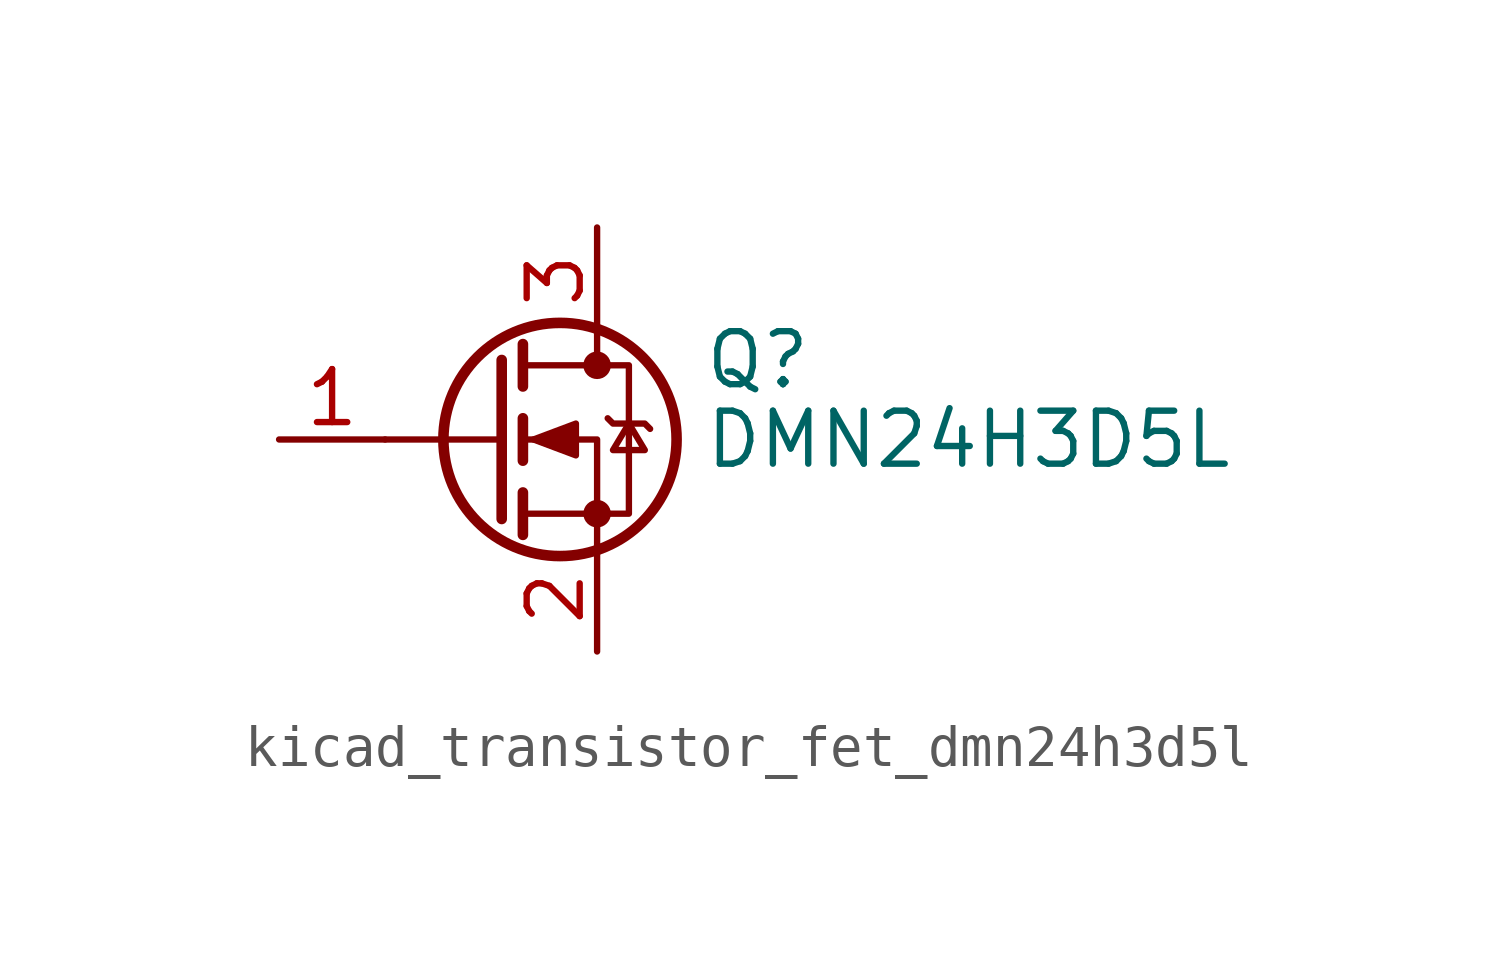
<source format=kicad_sym>
(kicad_symbol_lib
  (version 20220914)
  (generator kicad_symbol_editor)
  (symbol "kicad_transistor_fet_dmn24h3d5l"
    (pin_names hide)
    (property "Reference" "Q"
      (at 5.08 1.905 0)
      (effects (font (size 1.27 1.27)) (justify left)))
    (property "Value" "DMN24H3D5L"
      (at 5.08 0 0)
      (effects (font (size 1.27 1.27)) (justify left)))
    (symbol "kicad_transistor_fet_dmn24h3d5l_0_1"
      (polyline (pts (xy 0.254 0) (xy -2.54 0)) (stroke (width 0) (type default)) (fill (type none)))
      (polyline (pts (xy 0.254 1.905) (xy 0.254 -1.905)) (stroke (width 0.254) (type default)) (fill (type none)))
      (polyline (pts (xy 0.762 -1.27) (xy 0.762 -2.286)) (stroke (width 0.254) (type default)) (fill (type none)))
      (polyline (pts (xy 0.762 0.508) (xy 0.762 -0.508)) (stroke (width 0.254) (type default)) (fill (type none)))
      (polyline (pts (xy 0.762 2.286) (xy 0.762 1.27)) (stroke (width 0.254) (type default)) (fill (type none)))
      (polyline (pts (xy 2.54 2.54) (xy 2.54 1.778)) (stroke (width 0) (type default)) (fill (type none)))
      (polyline (pts (xy 2.54 -2.54) (xy 2.54 0) (xy 0.762 0)) (stroke (width 0) (type default)) (fill (type none)))
      (polyline (pts (xy 0.762 -1.778) (xy 3.302 -1.778) (xy 3.302 1.778) (xy 0.762 1.778)) (stroke (width 0) (type default)) (fill (type none)))
      (polyline (pts (xy 1.016 0) (xy 2.032 0.381) (xy 2.032 -0.381) (xy 1.016 0)) (stroke (width 0) (type default)) (fill (type outline)))
      (polyline (pts (xy 2.794 0.508) (xy 2.921 0.381) (xy 3.683 0.381) (xy 3.81 0.254)) (stroke (width 0) (type default)) (fill (type none)))
      (polyline (pts (xy 3.302 0.381) (xy 2.921 -0.254) (xy 3.683 -0.254) (xy 3.302 0.381)) (stroke (width 0) (type default)) (fill (type none)))
      (circle (center 1.651 0) (radius 2.794) (stroke (width 0.254) (type default)) (fill (type none)))
      (circle (center 2.54 -1.778) (radius 0.254) (stroke (width 0) (type default)) (fill (type outline)))
      (circle (center 2.54 1.778) (radius 0.254) (stroke (width 0) (type default)) (fill (type outline))))
    (symbol "kicad_transistor_fet_dmn24h3d5l_1_1"
      (pin input line (at -5.08 0 0) (length 2.54) (name "G" (effects (font (size 1.27 1.27)))) (number "1" (effects (font (size 1.27 1.27)))))
      (pin passive line (at 2.54 -5.08 90) (length 2.54) (name "S" (effects (font (size 1.27 1.27)))) (number "2" (effects (font (size 1.27 1.27)))))
      (pin passive line (at 2.54 5.08 270) (length 2.54) (name "D" (effects (font (size 1.27 1.27)))) (number "3" (effects (font (size 1.27 1.27))))))))
</source>
